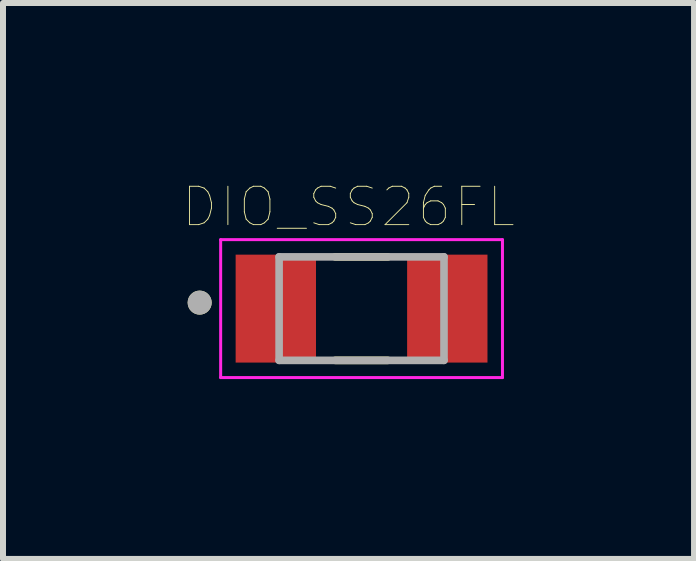
<source format=kicad_pcb>
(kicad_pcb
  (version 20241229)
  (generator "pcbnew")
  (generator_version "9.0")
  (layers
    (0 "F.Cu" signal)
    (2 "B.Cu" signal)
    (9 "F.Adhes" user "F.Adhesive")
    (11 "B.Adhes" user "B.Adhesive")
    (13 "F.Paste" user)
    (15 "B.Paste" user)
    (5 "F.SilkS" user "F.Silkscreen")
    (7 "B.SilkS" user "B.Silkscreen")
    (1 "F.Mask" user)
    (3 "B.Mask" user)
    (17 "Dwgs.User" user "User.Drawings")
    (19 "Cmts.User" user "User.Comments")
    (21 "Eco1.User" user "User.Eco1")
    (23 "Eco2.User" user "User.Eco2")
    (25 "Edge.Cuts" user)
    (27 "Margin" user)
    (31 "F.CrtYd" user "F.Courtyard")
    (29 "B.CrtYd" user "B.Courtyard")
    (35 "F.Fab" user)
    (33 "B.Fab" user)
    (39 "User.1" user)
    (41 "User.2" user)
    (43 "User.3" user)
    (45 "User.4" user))
  (footprint "DIO_SS26FL"
    (layer "F.Cu")
    (at 2.98 2.097)
    (property "Reference" "DIO_SS26FL" (at -0.218 -1.696 0) (layer "F.SilkS") (effects (font (size 0.64 0.64) (thickness 0.015))))
    (attr through_hole)
    (fp_line (start -0.44 0.863) (end 0.44 0.863) (stroke (width 0.127) (type solid)) (layer "F.SilkS"))
    (fp_line (start 0.44 -0.863) (end -0.44 -0.863) (stroke (width 0.127) (type solid)) (layer "F.SilkS"))
    (fp_circle (center -2.7 -0.1) (end -2.6 -0.1) (stroke (width 0.2) (type solid)) (fill no) (layer "F.SilkS"))
    (fp_line (start -2.35 -1.15) (end 2.35 -1.15) (stroke (width 0.05) (type solid)) (layer "F.CrtYd"))
    (fp_line (start -2.35 1.15) (end -2.35 -1.15) (stroke (width 0.05) (type solid)) (layer "F.CrtYd"))
    (fp_line (start 2.35 -1.15) (end 2.35 1.15) (stroke (width 0.05) (type solid)) (layer "F.CrtYd"))
    (fp_line (start 2.35 1.15) (end -2.35 1.15) (stroke (width 0.05) (type solid)) (layer "F.CrtYd"))
    (fp_line (start -1.375 -0.863) (end -1.375 0.863) (stroke (width 0.127) (type solid)) (layer "F.Fab"))
    (fp_line (start -1.375 0.863) (end 1.375 0.863) (stroke (width 0.127) (type solid)) (layer "F.Fab"))
    (fp_line (start 1.375 -0.863) (end -1.375 -0.863) (stroke (width 0.127) (type solid)) (layer "F.Fab"))
    (fp_line (start 1.375 0.863) (end 1.375 -0.863) (stroke (width 0.127) (type solid)) (layer "F.Fab"))
    (fp_circle (center -2.7 -0.1) (end -2.6 -0.1) (stroke (width 0.2) (type solid)) (fill no) (layer "F.Fab"))
    (pad "1" smd rect (at -1.43 0) (size 1.34 1.8) (layers "F.Cu" "F.Mask" "F.Paste"))
    (pad "2" smd rect (at 1.43 0) (size 1.34 1.8) (layers "F.Cu" "F.Mask" "F.Paste")))
  (gr_rect
    (start -3 -3)
    (end 8.525 6.272)
    (stroke (width 0.1) (type default))
    (fill no)
    (layer "Edge.Cuts")))
</source>
